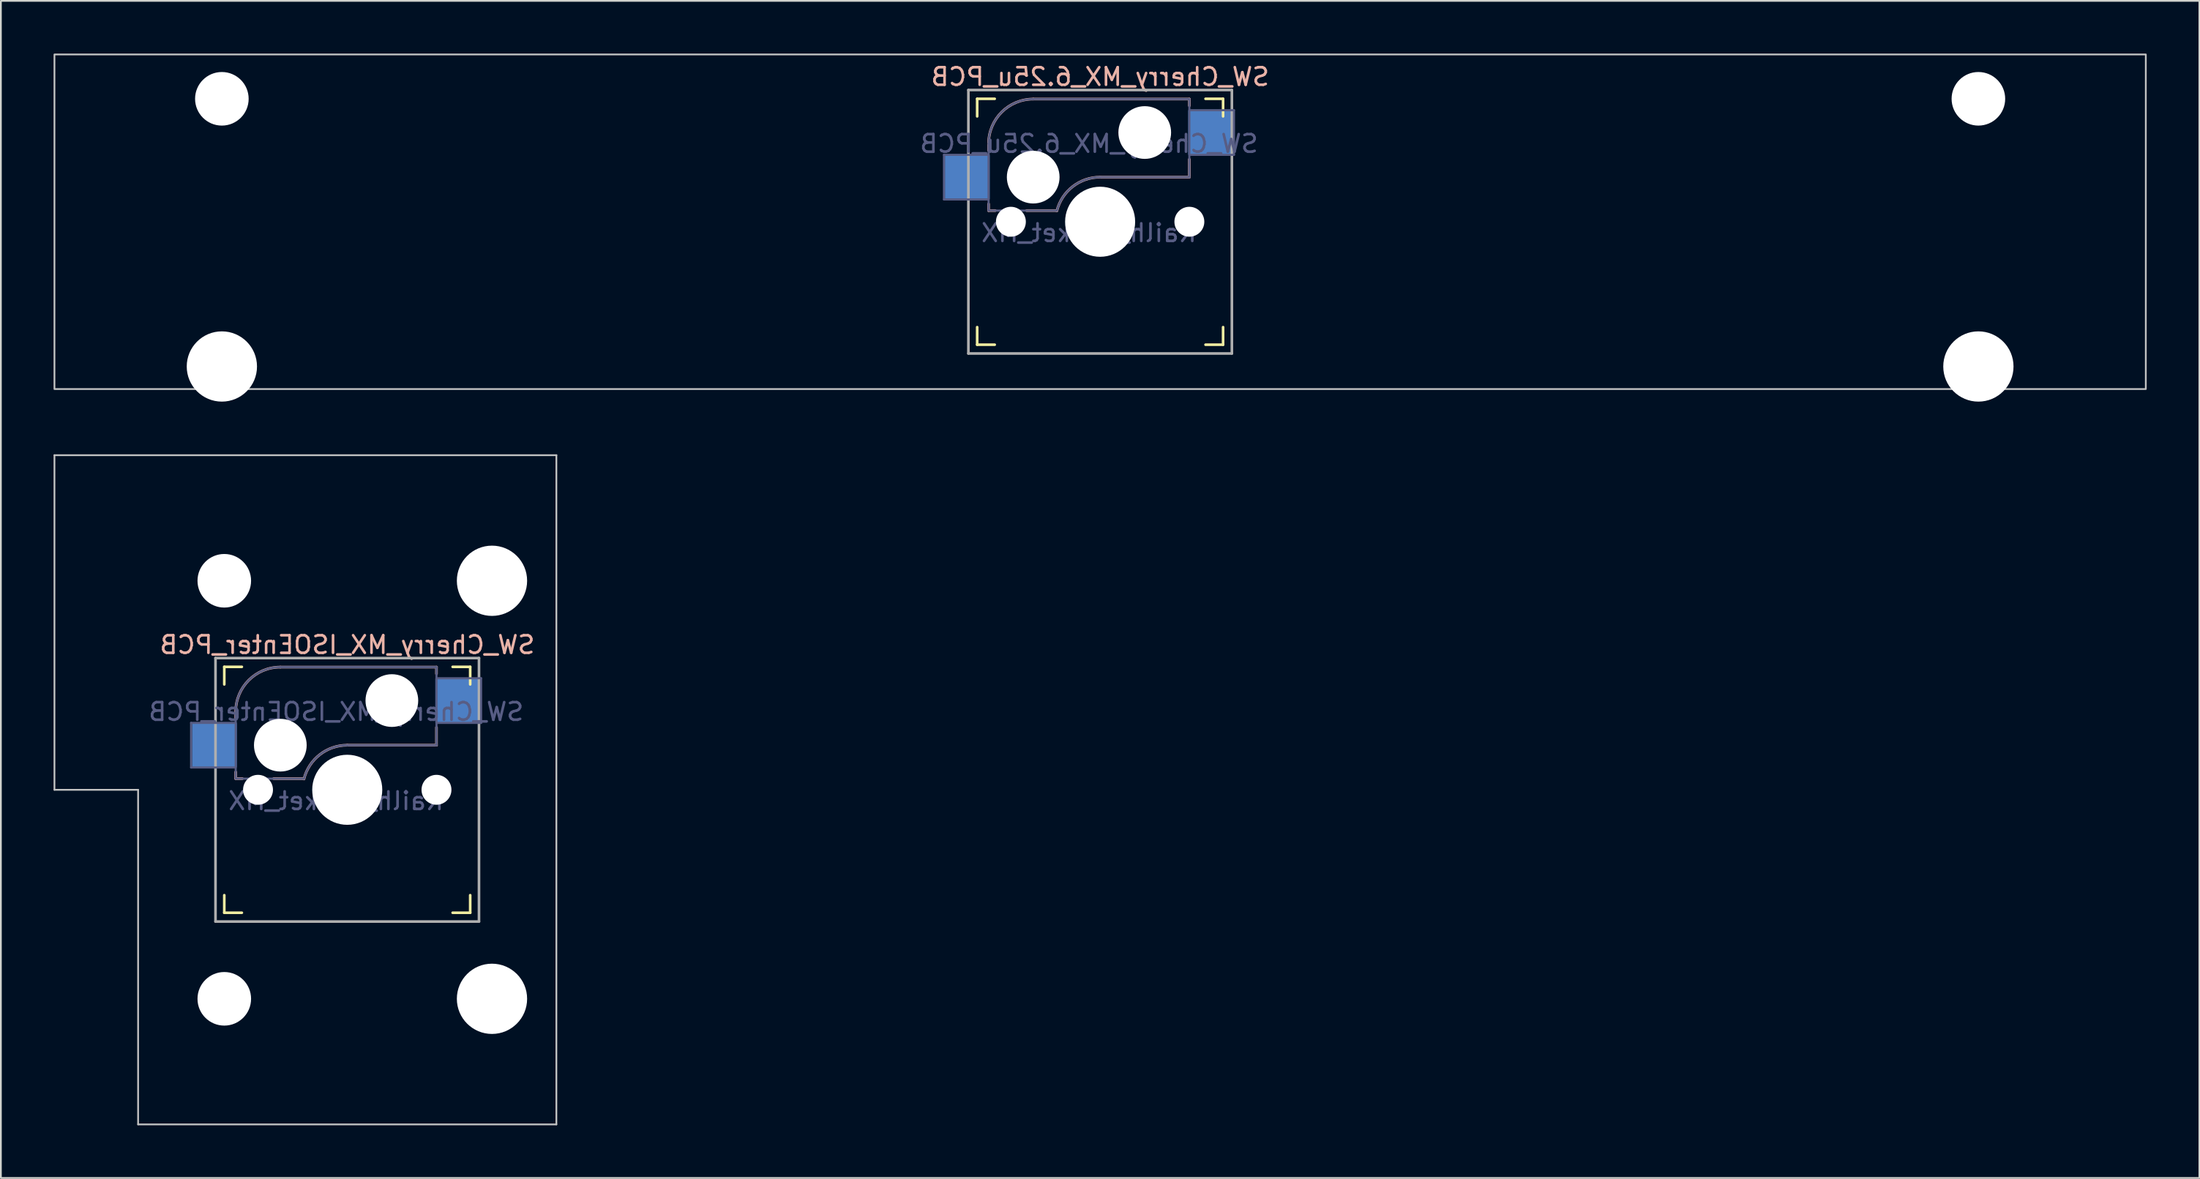
<source format=kicad_pcb>
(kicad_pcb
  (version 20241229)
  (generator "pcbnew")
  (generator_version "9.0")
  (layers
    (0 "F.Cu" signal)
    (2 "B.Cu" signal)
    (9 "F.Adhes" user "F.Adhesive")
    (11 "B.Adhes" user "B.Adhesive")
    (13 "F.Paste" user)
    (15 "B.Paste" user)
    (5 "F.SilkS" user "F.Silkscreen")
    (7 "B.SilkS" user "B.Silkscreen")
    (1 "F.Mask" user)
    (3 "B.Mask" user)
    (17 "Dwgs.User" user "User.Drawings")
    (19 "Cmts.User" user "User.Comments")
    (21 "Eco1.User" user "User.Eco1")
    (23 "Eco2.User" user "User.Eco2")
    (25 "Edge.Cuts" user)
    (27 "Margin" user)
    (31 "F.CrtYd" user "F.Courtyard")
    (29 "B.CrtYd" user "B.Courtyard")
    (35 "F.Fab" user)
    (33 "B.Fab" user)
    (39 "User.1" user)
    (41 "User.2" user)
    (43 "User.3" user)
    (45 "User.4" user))
  (footprint "SW_Cherry_MX_ISOEnter_PCB"
    (layer "F.Cu")
    (at 16.719 41.915)
    (property "Reference" "SW_Cherry_MX_ISOEnter_PCB" (at 0 -8.255 0) (layer "B.SilkS") (effects (font (size 1 1) (thickness 0.15)) (justify mirror)))
    (property "Value" "Kailh_socket_MX" (at 0 8.255 0) (layer "F.Fab") (hide yes) (effects (font (size 1 1) (thickness 0.15))))
    (attr smd through_hole)
    (fp_line (start -7 -6) (end -7 -7) (stroke (width 0.15) (type solid)) (layer "F.SilkS"))
    (fp_line (start -7 7) (end -7 6) (stroke (width 0.15) (type solid)) (layer "F.SilkS"))
    (fp_line (start -7 7) (end -6 7) (stroke (width 0.15) (type solid)) (layer "F.SilkS"))
    (fp_line (start -6 -7) (end -7 -7) (stroke (width 0.15) (type solid)) (layer "F.SilkS"))
    (fp_line (start 6 7) (end 7 7) (stroke (width 0.15) (type solid)) (layer "F.SilkS"))
    (fp_line (start 7 -7) (end 6 -7) (stroke (width 0.15) (type solid)) (layer "F.SilkS"))
    (fp_line (start 7 -7) (end 7 -6) (stroke (width 0.15) (type solid)) (layer "F.SilkS"))
    (fp_line (start 7 6) (end 7 7) (stroke (width 0.15) (type solid)) (layer "F.SilkS"))
    (fp_line (start -6.35 -4.445) (end -6.35 -4.064) (stroke (width 0.15) (type solid)) (layer "B.SilkS"))
    (fp_line (start -6.35 -1.016) (end -6.35 -0.635) (stroke (width 0.15) (type solid)) (layer "B.SilkS"))
    (fp_line (start -5.969 -0.635) (end -6.35 -0.635) (stroke (width 0.15) (type solid)) (layer "B.SilkS"))
    (fp_line (start -3.81 -6.985) (end 5.08 -6.985) (stroke (width 0.15) (type solid)) (layer "B.SilkS"))
    (fp_line (start -2.464 -0.635) (end -4.191 -0.635) (stroke (width 0.15) (type solid)) (layer "B.SilkS"))
    (fp_line (start 5.08 -6.985) (end 5.08 -6.604) (stroke (width 0.15) (type solid)) (layer "B.SilkS"))
    (fp_line (start 5.08 -3.556) (end 5.08 -2.54) (stroke (width 0.15) (type solid)) (layer "B.SilkS"))
    (fp_line (start 5.08 -2.54) (end 0 -2.54) (stroke (width 0.15) (type solid)) (layer "B.SilkS"))
    (fp_arc (start -6.35 -4.445) (mid -5.606051 -6.241051) (end -3.81 -6.985) (stroke (width 0.15) (type solid)) (layer "B.SilkS"))
    (fp_arc (start -2.464162 -0.61604) (mid -1.563147 -2.002042) (end 0 -2.54) (stroke (width 0.15) (type solid)) (layer "B.SilkS"))
    (fp_line (start -16.669 -19.05) (end -16.669 0) (stroke (width 0.1) (type default)) (layer "Dwgs.User"))
    (fp_line (start -11.906 0) (end -16.669 0) (stroke (width 0.1) (type default)) (layer "Dwgs.User"))
    (fp_line (start -11.906 19.05) (end -11.906 0) (stroke (width 0.1) (type default)) (layer "Dwgs.User"))
    (fp_line (start 11.906 -19.05) (end -16.669 -19.05) (stroke (width 0.1) (type default)) (layer "Dwgs.User"))
    (fp_line (start 11.906 19.05) (end -11.906 19.05) (stroke (width 0.1) (type default)) (layer "Dwgs.User"))
    (fp_line (start 11.906 19.05) (end 11.906 -19.05) (stroke (width 0.1) (type default)) (layer "Dwgs.User"))
    (fp_line (start -6.9 6.9) (end -6.9 -6.9) (stroke (width 0.15) (type solid)) (layer "Eco2.User"))
    (fp_line (start -6.9 6.9) (end 6.9 6.9) (stroke (width 0.15) (type solid)) (layer "Eco2.User"))
    (fp_line (start 6.9 -6.9) (end -6.9 -6.9) (stroke (width 0.15) (type solid)) (layer "Eco2.User"))
    (fp_line (start 6.9 -6.9) (end 6.9 6.9) (stroke (width 0.15) (type solid)) (layer "Eco2.User"))
    (fp_line (start -8.89 -3.81) (end -6.35 -3.81) (stroke (width 0.12) (type solid)) (layer "B.Fab"))
    (fp_line (start -8.89 -1.27) (end -8.89 -3.81) (stroke (width 0.12) (type solid)) (layer "B.Fab"))
    (fp_line (start -6.35 -1.27) (end -8.89 -1.27) (stroke (width 0.12) (type solid)) (layer "B.Fab"))
    (fp_line (start -6.35 -0.635) (end -6.35 -4.445) (stroke (width 0.12) (type solid)) (layer "B.Fab"))
    (fp_line (start -6.35 -0.635) (end -2.54 -0.635) (stroke (width 0.12) (type solid)) (layer "B.Fab"))
    (fp_line (start -3.81 -6.985) (end 5.08 -6.985) (stroke (width 0.12) (type solid)) (layer "B.Fab"))
    (fp_line (start 5.08 -6.985) (end 5.08 -2.54) (stroke (width 0.12) (type solid)) (layer "B.Fab"))
    (fp_line (start 5.08 -6.35) (end 7.62 -6.35) (stroke (width 0.12) (type solid)) (layer "B.Fab"))
    (fp_line (start 5.08 -2.54) (end 0 -2.54) (stroke (width 0.12) (type solid)) (layer "B.Fab"))
    (fp_line (start 7.62 -6.35) (end 7.62 -3.81) (stroke (width 0.12) (type solid)) (layer "B.Fab"))
    (fp_line (start 7.62 -3.81) (end 5.08 -3.81) (stroke (width 0.12) (type solid)) (layer "B.Fab"))
    (fp_arc (start -6.35 -4.445) (mid -5.606051 -6.241051) (end -3.81 -6.985) (stroke (width 0.12) (type solid)) (layer "B.Fab"))
    (fp_arc (start -2.464162 -0.61604) (mid -1.563147 -2.002042) (end 0 -2.54) (stroke (width 0.12) (type solid)) (layer "B.Fab"))
    (fp_line (start -7.5 -7.5) (end 7.5 -7.5) (stroke (width 0.15) (type solid)) (layer "F.Fab"))
    (fp_line (start -7.5 7.5) (end -7.5 -7.5) (stroke (width 0.15) (type solid)) (layer "F.Fab"))
    (fp_line (start 7.5 -7.5) (end 7.5 7.5) (stroke (width 0.15) (type solid)) (layer "F.Fab"))
    (fp_line (start 7.5 7.5) (end -7.5 7.5) (stroke (width 0.15) (type solid)) (layer "F.Fab"))
    (fp_text user "${REFERENCE}" (at -0.635 -4.445 0) (layer "B.Fab") (effects (font (size 1 1) (thickness 0.15)) (justify mirror)))
    (fp_text user "${VALUE}" (at -0.635 0.635 0) (layer "B.Fab") (effects (font (size 1 1) (thickness 0.15)) (justify mirror)))
    (pad "" np_thru_hole circle (at -7 -11.9) (size 3.05 3.05) (drill 3.05) (layers "*.Cu" "*.Mask"))
    (pad "" np_thru_hole circle (at -7 11.9) (size 3.05 3.05) (drill 3.05) (layers "*.Cu" "*.Mask"))
    (pad "" np_thru_hole circle (at -5.08 0) (size 1.702 1.702) (drill 1.702) (layers "*.Cu" "*.Mask"))
    (pad "" np_thru_hole circle (at -3.81 -2.54) (size 3 3) (drill 3) (layers "*.Cu" "*.Mask"))
    (pad "" np_thru_hole circle (at 0 0) (size 3.988 3.988) (drill 3.988) (layers "*.Cu" "*.Mask"))
    (pad "" np_thru_hole circle (at 2.54 -5.08) (size 3 3) (drill 3) (layers "*.Cu" "*.Mask"))
    (pad "" np_thru_hole circle (at 5.08 0) (size 1.702 1.702) (drill 1.702) (layers "*.Cu" "*.Mask"))
    (pad "" np_thru_hole circle (at 8.24 -11.9) (size 4 4) (drill 4) (layers "*.Cu" "*.Mask"))
    (pad "" np_thru_hole circle (at 8.24 11.9) (size 4 4) (drill 4) (layers "*.Cu" "*.Mask"))
    (pad "1" smd rect (at 6.29 -5.08) (size 2.55 2.5) (layers "B.Cu" "B.Mask" "B.Paste"))
    (pad "2" smd rect (at -7.56 -2.54) (size 2.55 2.5) (layers "B.Cu" "B.Mask" "B.Paste")))
  (footprint "SW_Cherry_MX_6.25u_PCB"
    (layer "F.Cu")
    (at 59.581 9.575)
    (property "Reference" "SW_Cherry_MX_6.25u_PCB" (at 0 -8.255 0) (layer "B.SilkS") (effects (font (size 1 1) (thickness 0.15)) (justify mirror)))
    (property "Value" "Kailh_socket_MX" (at 0 8.255 0) (layer "F.Fab") (hide yes) (effects (font (size 1 1) (thickness 0.15))))
    (attr smd through_hole)
    (fp_line (start -7 -6) (end -7 -7) (stroke (width 0.15) (type solid)) (layer "F.SilkS"))
    (fp_line (start -7 7) (end -7 6) (stroke (width 0.15) (type solid)) (layer "F.SilkS"))
    (fp_line (start -7 7) (end -6 7) (stroke (width 0.15) (type solid)) (layer "F.SilkS"))
    (fp_line (start -6 -7) (end -7 -7) (stroke (width 0.15) (type solid)) (layer "F.SilkS"))
    (fp_line (start 6 7) (end 7 7) (stroke (width 0.15) (type solid)) (layer "F.SilkS"))
    (fp_line (start 7 -7) (end 6 -7) (stroke (width 0.15) (type solid)) (layer "F.SilkS"))
    (fp_line (start 7 -7) (end 7 -6) (stroke (width 0.15) (type solid)) (layer "F.SilkS"))
    (fp_line (start 7 6) (end 7 7) (stroke (width 0.15) (type solid)) (layer "F.SilkS"))
    (fp_line (start -6.35 -4.445) (end -6.35 -4.064) (stroke (width 0.15) (type solid)) (layer "B.SilkS"))
    (fp_line (start -6.35 -1.016) (end -6.35 -0.635) (stroke (width 0.15) (type solid)) (layer "B.SilkS"))
    (fp_line (start -5.969 -0.635) (end -6.35 -0.635) (stroke (width 0.15) (type solid)) (layer "B.SilkS"))
    (fp_line (start -3.81 -6.985) (end 5.08 -6.985) (stroke (width 0.15) (type solid)) (layer "B.SilkS"))
    (fp_line (start -2.464 -0.635) (end -4.191 -0.635) (stroke (width 0.15) (type solid)) (layer "B.SilkS"))
    (fp_line (start 5.08 -6.985) (end 5.08 -6.604) (stroke (width 0.15) (type solid)) (layer "B.SilkS"))
    (fp_line (start 5.08 -3.556) (end 5.08 -2.54) (stroke (width 0.15) (type solid)) (layer "B.SilkS"))
    (fp_line (start 5.08 -2.54) (end 0 -2.54) (stroke (width 0.15) (type solid)) (layer "B.SilkS"))
    (fp_arc (start -6.35 -4.445) (mid -5.606051 -6.241051) (end -3.81 -6.985) (stroke (width 0.15) (type solid)) (layer "B.SilkS"))
    (fp_arc (start -2.464162 -0.61604) (mid -1.563147 -2.002042) (end 0 -2.54) (stroke (width 0.15) (type solid)) (layer "B.SilkS"))
    (fp_rect (start -59.531 -9.525) (end 59.531 9.525) (stroke (width 0.1) (type default)) (fill no) (layer "Dwgs.User"))
    (fp_line (start -6.9 6.9) (end -6.9 -6.9) (stroke (width 0.15) (type solid)) (layer "Eco2.User"))
    (fp_line (start -6.9 6.9) (end 6.9 6.9) (stroke (width 0.15) (type solid)) (layer "Eco2.User"))
    (fp_line (start 6.9 -6.9) (end -6.9 -6.9) (stroke (width 0.15) (type solid)) (layer "Eco2.User"))
    (fp_line (start 6.9 -6.9) (end 6.9 6.9) (stroke (width 0.15) (type solid)) (layer "Eco2.User"))
    (fp_line (start -8.89 -3.81) (end -6.35 -3.81) (stroke (width 0.12) (type solid)) (layer "B.Fab"))
    (fp_line (start -8.89 -1.27) (end -8.89 -3.81) (stroke (width 0.12) (type solid)) (layer "B.Fab"))
    (fp_line (start -6.35 -1.27) (end -8.89 -1.27) (stroke (width 0.12) (type solid)) (layer "B.Fab"))
    (fp_line (start -6.35 -0.635) (end -6.35 -4.445) (stroke (width 0.12) (type solid)) (layer "B.Fab"))
    (fp_line (start -6.35 -0.635) (end -2.54 -0.635) (stroke (width 0.12) (type solid)) (layer "B.Fab"))
    (fp_line (start -3.81 -6.985) (end 5.08 -6.985) (stroke (width 0.12) (type solid)) (layer "B.Fab"))
    (fp_line (start 5.08 -6.985) (end 5.08 -2.54) (stroke (width 0.12) (type solid)) (layer "B.Fab"))
    (fp_line (start 5.08 -6.35) (end 7.62 -6.35) (stroke (width 0.12) (type solid)) (layer "B.Fab"))
    (fp_line (start 5.08 -2.54) (end 0 -2.54) (stroke (width 0.12) (type solid)) (layer "B.Fab"))
    (fp_line (start 7.62 -6.35) (end 7.62 -3.81) (stroke (width 0.12) (type solid)) (layer "B.Fab"))
    (fp_line (start 7.62 -3.81) (end 5.08 -3.81) (stroke (width 0.12) (type solid)) (layer "B.Fab"))
    (fp_arc (start -6.35 -4.445) (mid -5.606051 -6.241051) (end -3.81 -6.985) (stroke (width 0.12) (type solid)) (layer "B.Fab"))
    (fp_arc (start -2.464162 -0.61604) (mid -1.563147 -2.002042) (end 0 -2.54) (stroke (width 0.12) (type solid)) (layer "B.Fab"))
    (fp_line (start -7.5 -7.5) (end 7.5 -7.5) (stroke (width 0.15) (type solid)) (layer "F.Fab"))
    (fp_line (start -7.5 7.5) (end -7.5 -7.5) (stroke (width 0.15) (type solid)) (layer "F.Fab"))
    (fp_line (start 7.5 -7.5) (end 7.5 7.5) (stroke (width 0.15) (type solid)) (layer "F.Fab"))
    (fp_line (start 7.5 7.5) (end -7.5 7.5) (stroke (width 0.15) (type solid)) (layer "F.Fab"))
    (fp_text user "${REFERENCE}" (at -0.635 -4.445 0) (layer "B.Fab") (effects (font (size 1 1) (thickness 0.15)) (justify mirror)))
    (fp_text user "${VALUE}" (at -0.635 0.635 0) (layer "B.Fab") (effects (font (size 1 1) (thickness 0.15)) (justify mirror)))
    (pad "" np_thru_hole circle (at -50 -7) (size 3.05 3.05) (drill 3.05) (layers "*.Cu" "*.Mask"))
    (pad "" np_thru_hole circle (at -50 8.24) (size 4 4) (drill 4) (layers "*.Cu" "*.Mask"))
    (pad "" np_thru_hole circle (at -5.08 0) (size 1.702 1.702) (drill 1.702) (layers "*.Cu" "*.Mask"))
    (pad "" np_thru_hole circle (at -3.81 -2.54) (size 3 3) (drill 3) (layers "*.Cu" "*.Mask"))
    (pad "" np_thru_hole circle (at 0 0) (size 3.988 3.988) (drill 3.988) (layers "*.Cu" "*.Mask"))
    (pad "" np_thru_hole circle (at 2.54 -5.08) (size 3 3) (drill 3) (layers "*.Cu" "*.Mask"))
    (pad "" np_thru_hole circle (at 5.08 0) (size 1.702 1.702) (drill 1.702) (layers "*.Cu" "*.Mask"))
    (pad "" np_thru_hole circle (at 50 -7) (size 3.05 3.05) (drill 3.05) (layers "*.Cu" "*.Mask"))
    (pad "" np_thru_hole circle (at 50 8.24) (size 4 4) (drill 4) (layers "*.Cu" "*.Mask"))
    (pad "1" smd rect (at 6.29 -5.08) (size 2.55 2.5) (layers "B.Cu" "B.Mask" "B.Paste"))
    (pad "2" smd rect (at -7.56 -2.54) (size 2.55 2.5) (layers "B.Cu" "B.Mask" "B.Paste")))
  (gr_rect
    (start -3 -3)
    (end 122.162 64.015)
    (stroke (width 0.1) (type default))
    (fill no)
    (layer "Edge.Cuts")))
</source>
